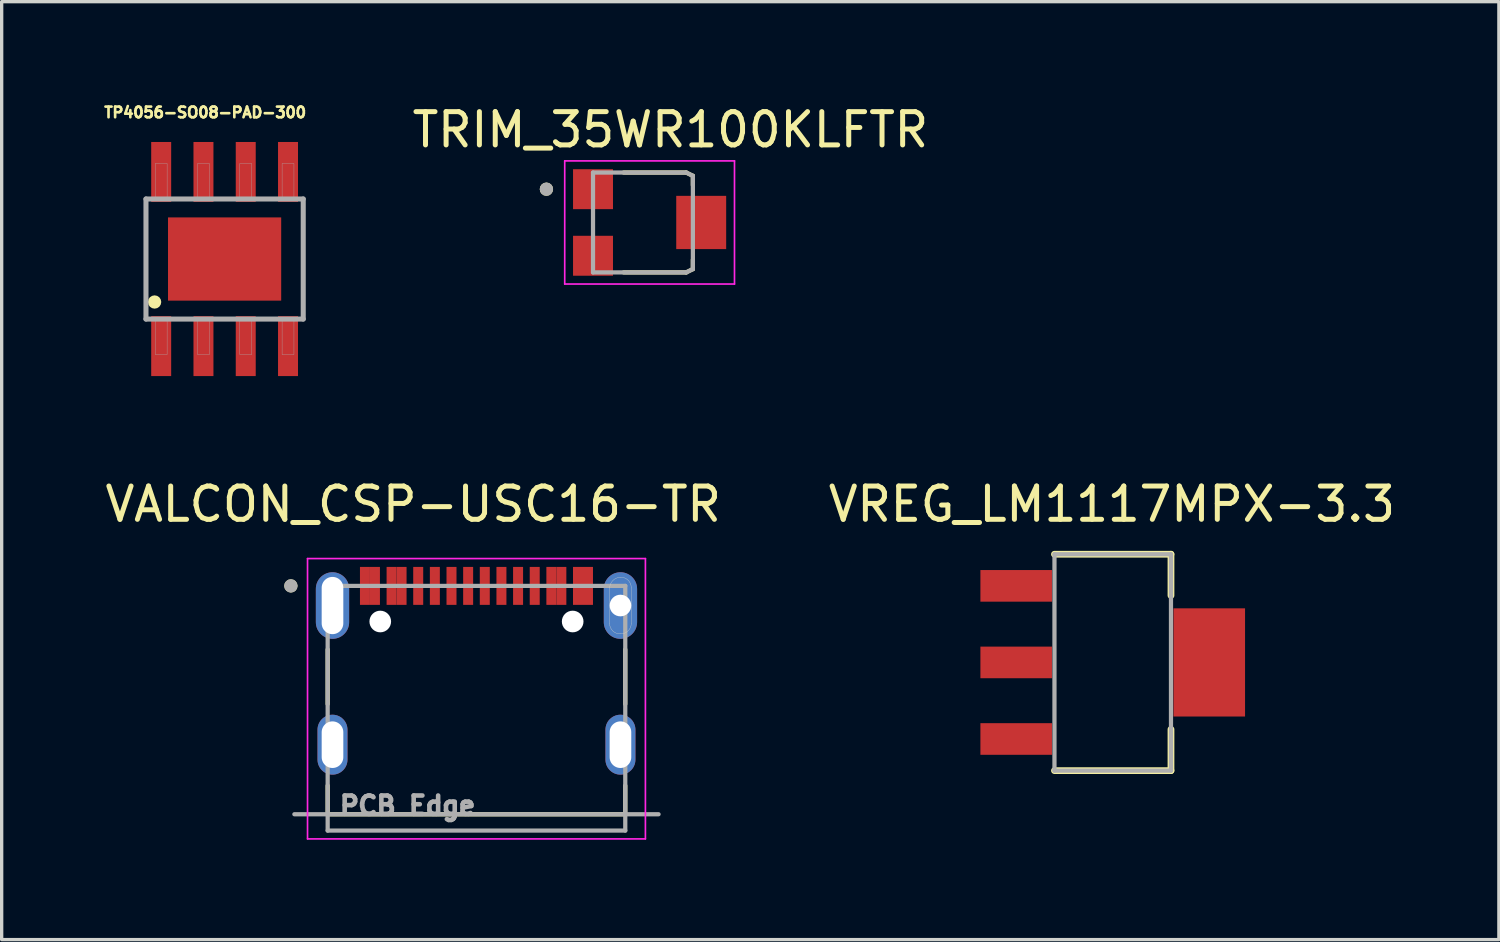
<source format=kicad_pcb>
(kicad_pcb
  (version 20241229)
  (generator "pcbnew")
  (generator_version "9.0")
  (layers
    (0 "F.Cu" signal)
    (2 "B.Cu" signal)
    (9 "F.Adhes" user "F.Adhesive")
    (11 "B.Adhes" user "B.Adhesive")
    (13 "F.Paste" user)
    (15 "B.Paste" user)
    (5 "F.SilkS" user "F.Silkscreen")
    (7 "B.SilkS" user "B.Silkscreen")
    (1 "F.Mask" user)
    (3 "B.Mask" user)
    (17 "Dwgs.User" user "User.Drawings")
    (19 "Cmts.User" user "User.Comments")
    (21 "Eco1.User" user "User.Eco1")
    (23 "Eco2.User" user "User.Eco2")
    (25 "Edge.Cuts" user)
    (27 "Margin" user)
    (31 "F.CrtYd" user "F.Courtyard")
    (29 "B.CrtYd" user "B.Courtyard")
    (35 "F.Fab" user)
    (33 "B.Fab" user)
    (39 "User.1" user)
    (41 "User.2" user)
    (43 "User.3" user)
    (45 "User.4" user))
  (footprint "VREG_LM1117MPX-3.3"
    (layer "F.Cu")
    (at 30.376 16.849)
    (property "Reference" "VREG_LM1117MPX-3.3" (at -0.025 -4.754 0) (layer "F.SilkS") (effects (font (size 1 1) (thickness 0.15))))
    (attr smd)
    (fp_line (start -1.75 -3.25) (end 1.75 -3.25) (stroke (width 0.203) (type solid)) (layer "F.SilkS"))
    (fp_line (start -1.75 3.25) (end 1.75 3.25) (stroke (width 0.203) (type solid)) (layer "F.SilkS"))
    (fp_line (start 1.75 -3.25) (end 1.75 -2.01) (stroke (width 0.203) (type solid)) (layer "F.SilkS"))
    (fp_line (start 1.75 3.25) (end 1.75 2.01) (stroke (width 0.203) (type solid)) (layer "F.SilkS"))
    (fp_line (start -1.75 -3.25) (end -1.75 3.25) (stroke (width 0.127) (type solid)) (layer "F.Fab"))
    (fp_line (start 1.75 -3.25) (end -1.75 -3.25) (stroke (width 0.127) (type solid)) (layer "F.Fab"))
    (fp_line (start 1.75 -3.25) (end 1.75 3.25) (stroke (width 0.127) (type solid)) (layer "F.Fab"))
    (fp_line (start 1.75 3.25) (end -1.75 3.25) (stroke (width 0.127) (type solid)) (layer "F.Fab"))
    (pad "1" smd rect (at -2.9 -2.3) (size 2.15 0.95) (layers "F.Cu" "F.Mask" "F.Paste"))
    (pad "2" smd rect (at -2.9 0) (size 2.15 0.95) (layers "F.Cu" "F.Mask" "F.Paste"))
    (pad "3" smd rect (at -2.9 2.3) (size 2.15 0.95) (layers "F.Cu" "F.Mask" "F.Paste"))
    (pad "4" smd rect (at 2.9 0) (size 2.15 3.25) (layers "F.Cu" "F.Mask" "F.Paste")))
  (footprint "TRIM_35WR100KLFTR"
    (layer "F.Cu")
    (at 16.364 3.633)
    (property "Reference" "TRIM_35WR100KLFTR" (at 0.725 -2.785 0) (layer "F.SilkS") (effects (font (size 1 1) (thickness 0.15))))
    (attr smd)
    (fp_line (start -0.68 -1.5) (end 1.2 -1.5) (stroke (width 0.127) (type solid)) (layer "F.SilkS"))
    (fp_line (start -0.68 1.5) (end 1.2 1.5) (stroke (width 0.127) (type solid)) (layer "F.SilkS"))
    (fp_line (start 1.2 -1.5) (end 1.4 -1.4) (stroke (width 0.127) (type solid)) (layer "F.SilkS"))
    (fp_line (start 1.2 1.5) (end 1.4 1.4) (stroke (width 0.127) (type solid)) (layer "F.SilkS"))
    (fp_line (start 1.4 -1.4) (end 1.4 -1.12) (stroke (width 0.127) (type solid)) (layer "F.SilkS"))
    (fp_line (start 1.4 1.4) (end 1.4 1.12) (stroke (width 0.127) (type solid)) (layer "F.SilkS"))
    (fp_circle (center -3 -1) (end -2.9 -1) (stroke (width 0.2) (type solid)) (fill no) (layer "F.SilkS"))
    (fp_line (start -2.45 -1.85) (end -2.45 1.85) (stroke (width 0.05) (type solid)) (layer "F.CrtYd"))
    (fp_line (start -2.45 1.85) (end 2.65 1.85) (stroke (width 0.05) (type solid)) (layer "F.CrtYd"))
    (fp_line (start 2.65 -1.85) (end -2.45 -1.85) (stroke (width 0.05) (type solid)) (layer "F.CrtYd"))
    (fp_line (start 2.65 1.85) (end 2.65 -1.85) (stroke (width 0.05) (type solid)) (layer "F.CrtYd"))
    (fp_line (start -1.6 -1.5) (end -1.6 1.5) (stroke (width 0.127) (type solid)) (layer "F.Fab"))
    (fp_line (start -1.6 -1.5) (end 1.2 -1.5) (stroke (width 0.127) (type solid)) (layer "F.Fab"))
    (fp_line (start -1.6 1.5) (end 1.2 1.5) (stroke (width 0.127) (type solid)) (layer "F.Fab"))
    (fp_line (start 1.2 -1.5) (end 1.4 -1.4) (stroke (width 0.127) (type solid)) (layer "F.Fab"))
    (fp_line (start 1.2 1.5) (end 1.4 1.4) (stroke (width 0.127) (type solid)) (layer "F.Fab"))
    (fp_line (start 1.4 -1.4) (end 1.4 1.4) (stroke (width 0.127) (type solid)) (layer "F.Fab"))
    (fp_circle (center -3 -1) (end -2.9 -1) (stroke (width 0.2) (type solid)) (fill no) (layer "F.Fab"))
    (pad "1" smd rect (at -1.6 -1) (size 1.2 1.2) (layers "F.Cu" "F.Mask" "F.Paste"))
    (pad "2" smd rect (at 1.65 0) (size 1.5 1.6) (layers "F.Cu" "F.Mask" "F.Paste"))
    (pad "3" smd rect (at -1.6 1) (size 1.2 1.2) (layers "F.Cu" "F.Mask" "F.Paste")))
  (footprint "VALCON_CSP-USC16-TR"
    (layer "F.Cu")
    (at 11.263 14.55)
    (property "Reference" "VALCON_CSP-USC16-TR" (at -1.9 -2.455 0) (layer "F.SilkS") (effects (font (size 1 1) (thickness 0.15))))
    (attr smd)
    (fp_line (start -4.47 1.91) (end -4.47 3.55) (stroke (width 0.127) (type solid)) (layer "F.SilkS"))
    (fp_line (start -4.47 6.86) (end -4.47 6) (stroke (width 0.127) (type solid)) (layer "F.SilkS"))
    (fp_line (start -4.47 6.86) (end 4.47 6.86) (stroke (width 0.127) (type solid)) (layer "F.SilkS"))
    (fp_line (start 4.47 1.91) (end 4.47 3.55) (stroke (width 0.127) (type solid)) (layer "F.SilkS"))
    (fp_line (start 4.47 6.86) (end 4.47 6) (stroke (width 0.127) (type solid)) (layer "F.SilkS"))
    (fp_circle (center -5.575 0) (end -5.475 0) (stroke (width 0.2) (type solid)) (fill no) (layer "F.SilkS"))
    (fp_line (start 4 1.14) (end 4 0.09) (stroke (width 0.01) (type solid)) (layer "Edge.Cuts"))
    (fp_line (start 4.65 0.04) (end 4.65 1.14) (stroke (width 0.01) (type solid)) (layer "Edge.Cuts"))
    (fp_arc (start 4 0.09) (mid 4.087513 -0.151274) (end 4.32 -0.26) (stroke (width 0.01) (type solid)) (layer "Edge.Cuts"))
    (fp_arc (start 4.32 -0.26) (mid 4.547132 -0.178345) (end 4.65 0.04) (stroke (width 0.01) (type solid)) (layer "Edge.Cuts"))
    (fp_arc (start 4.32 1.44) (mid 4.097868 1.356274) (end 4 1.14) (stroke (width 0.01) (type solid)) (layer "Edge.Cuts"))
    (fp_arc (start 4.65 1.14) (mid 4.547132 1.358345) (end 4.32 1.44) (stroke (width 0.01) (type solid)) (layer "Edge.Cuts"))
    (fp_line (start -5.075 -0.82) (end -5.075 7.6) (stroke (width 0.05) (type solid)) (layer "F.CrtYd"))
    (fp_line (start -5.075 7.6) (end 5.075 7.6) (stroke (width 0.05) (type solid)) (layer "F.CrtYd"))
    (fp_line (start 5.075 -0.82) (end -5.075 -0.82) (stroke (width 0.05) (type solid)) (layer "F.CrtYd"))
    (fp_line (start 5.075 7.6) (end 5.075 -0.82) (stroke (width 0.05) (type solid)) (layer "F.CrtYd"))
    (fp_line (start -5.47 6.86) (end 5.47 6.86) (stroke (width 0.127) (type solid)) (layer "F.Fab"))
    (fp_line (start -4.47 0) (end -4.47 7.35) (stroke (width 0.127) (type solid)) (layer "F.Fab"))
    (fp_line (start -4.47 7.35) (end 4.47 7.35) (stroke (width 0.127) (type solid)) (layer "F.Fab"))
    (fp_line (start 4.47 0) (end -4.47 0) (stroke (width 0.127) (type solid)) (layer "F.Fab"))
    (fp_line (start 4.47 7.35) (end 4.47 0) (stroke (width 0.127) (type solid)) (layer "F.Fab"))
    (fp_circle (center -5.575 0) (end -5.475 0) (stroke (width 0.2) (type solid)) (fill no) (layer "F.Fab"))
    (fp_text user "PCB Edge" (at -2.07 6.6 0) (layer "F.Fab") (effects (font (size 0.551 0.551) (thickness 0.15))))
    (pad "" np_thru_hole circle (at -2.89 1.07) (size 0.65 0.65) (drill 0.65) (layers "*.Cu" "*.Mask"))
    (pad "" np_thru_hole circle (at 2.89 1.07) (size 0.65 0.65) (drill 0.65) (layers "*.Cu" "*.Mask"))
    (pad "A1" smd rect (at -3.35 0) (size 0.3 1.14) (layers "F.Cu" "F.Mask" "F.Paste"))
    (pad "A4" smd rect (at -2.55 0) (size 0.3 1.14) (layers "F.Cu" "F.Mask" "F.Paste"))
    (pad "A5" smd rect (at -1.25 0) (size 0.3 1.14) (layers "F.Cu" "F.Mask" "F.Paste"))
    (pad "A6" smd rect (at -0.25 0) (size 0.3 1.14) (layers "F.Cu" "F.Mask" "F.Paste"))
    (pad "A7" smd rect (at 0.25 0) (size 0.3 1.14) (layers "F.Cu" "F.Mask" "F.Paste"))
    (pad "A8" smd rect (at 1.25 0) (size 0.3 1.14) (layers "F.Cu" "F.Mask" "F.Paste"))
    (pad "A9" smd rect (at 2.55 0) (size 0.3 1.14) (layers "F.Cu" "F.Mask" "F.Paste"))
    (pad "A12" smd rect (at 3.35 0) (size 0.3 1.14) (layers "F.Cu" "F.Mask" "F.Paste"))
    (pad "B1" smd rect (at 3.05 0) (size 0.3 1.14) (layers "F.Cu" "F.Mask" "F.Paste"))
    (pad "B4" smd rect (at 2.25 0) (size 0.3 1.14) (layers "F.Cu" "F.Mask" "F.Paste"))
    (pad "B5" smd rect (at 1.75 0) (size 0.3 1.14) (layers "F.Cu" "F.Mask" "F.Paste"))
    (pad "B6" smd rect (at 0.75 0) (size 0.3 1.14) (layers "F.Cu" "F.Mask" "F.Paste"))
    (pad "B7" smd rect (at -0.75 0) (size 0.3 1.14) (layers "F.Cu" "F.Mask" "F.Paste"))
    (pad "B8" smd rect (at -1.75 0) (size 0.3 1.14) (layers "F.Cu" "F.Mask" "F.Paste"))
    (pad "B9" smd rect (at -2.25 0) (size 0.3 1.14) (layers "F.Cu" "F.Mask" "F.Paste"))
    (pad "B12" smd rect (at -3.05 0) (size 0.3 1.14) (layers "F.Cu" "F.Mask" "F.Paste"))
    (pad "S1" thru_hole oval (at -4.325 0.59) (size 1 2) (drill oval 0.65 1.72) (layers "*.Cu" "*.Mask"))
    (pad "S2" thru_hole oval (at 4.325 0.59) (size 1 2) (drill 0.65) (layers "*.Cu" "*.Mask"))
    (pad "S3" thru_hole oval (at -4.325 4.77) (size 0.9 1.8) (drill oval 0.65 1.4) (layers "*.Cu" "*.Mask"))
    (pad "S4" thru_hole oval (at 4.325 4.77) (size 0.9 1.8) (drill oval 0.65 1.4) (layers "*.Cu" "*.Mask")))
  (footprint "TP4056-SO08-PAD-300"
    (layer "F.Cu")
    (at 3.697 4.731)
    (property "Reference" "TP4056-SO08-PAD-300" (at -0.584 -4.403 0) (layer "F.SilkS") (effects (font (size 0.32 0.32) (thickness 0.15))))
    (attr smd)
    (fp_circle (center -2.103 1.291) (end -2.003 1.291) (stroke (width 0.2) (type solid)) (fill no) (layer "F.SilkS"))
    (fp_poly (pts (xy -1.6 -1.2) (xy -0.2 -1.2) (xy -0.2 -0.2) (xy -1.6 -0.2)) (stroke (width 0.01) (type solid)) (fill yes) (layer "F.Paste"))
    (fp_poly (pts (xy -1.6 0.2) (xy -0.2 0.2) (xy -0.2 1.2) (xy -1.6 1.2)) (stroke (width 0.01) (type solid)) (fill yes) (layer "F.Paste"))
    (fp_poly (pts (xy 0.2 -1.2) (xy 1.6 -1.2) (xy 1.6 -0.2) (xy 0.2 -0.2)) (stroke (width 0.01) (type solid)) (fill yes) (layer "F.Paste"))
    (fp_poly (pts (xy 0.2 0.2) (xy 1.6 0.2) (xy 1.6 1.2) (xy 0.2 1.2)) (stroke (width 0.01) (type solid)) (fill yes) (layer "F.Paste"))
    (fp_line (start -2.362 -1.803) (end -2.362 1.803) (stroke (width 0.152) (type solid)) (layer "F.Fab"))
    (fp_line (start -2.362 1.803) (end 2.362 1.803) (stroke (width 0.152) (type solid)) (layer "F.Fab"))
    (fp_line (start 2.362 -1.803) (end -2.362 -1.803) (stroke (width 0.152) (type solid)) (layer "F.Fab"))
    (fp_line (start 2.362 1.803) (end 2.362 -1.803) (stroke (width 0.152) (type solid)) (layer "F.Fab"))
    (fp_poly (pts (xy -2.083 -2.87) (xy -1.727 -2.87) (xy -1.727 -1.854) (xy -2.083 -1.854)) (stroke (width 0.01) (type solid)) (fill no) (layer "F.Fab"))
    (fp_poly (pts (xy -2.083 1.854) (xy -1.727 1.854) (xy -1.727 2.87) (xy -2.083 2.87)) (stroke (width 0.01) (type solid)) (fill no) (layer "F.Fab"))
    (fp_poly (pts (xy -0.813 -2.87) (xy -0.457 -2.87) (xy -0.457 -1.854) (xy -0.813 -1.854)) (stroke (width 0.01) (type solid)) (fill no) (layer "F.Fab"))
    (fp_poly (pts (xy -0.813 1.854) (xy -0.457 1.854) (xy -0.457 2.87) (xy -0.813 2.87)) (stroke (width 0.01) (type solid)) (fill no) (layer "F.Fab"))
    (fp_poly (pts (xy 0.457 -2.87) (xy 0.813 -2.87) (xy 0.813 -1.854) (xy 0.457 -1.854)) (stroke (width 0.01) (type solid)) (fill no) (layer "F.Fab"))
    (fp_poly (pts (xy 0.457 1.854) (xy 0.813 1.854) (xy 0.813 2.87) (xy 0.457 2.87)) (stroke (width 0.01) (type solid)) (fill no) (layer "F.Fab"))
    (fp_poly (pts (xy 1.727 -2.87) (xy 2.083 -2.87) (xy 2.083 -1.854) (xy 1.727 -1.854)) (stroke (width 0.01) (type solid)) (fill no) (layer "F.Fab"))
    (fp_poly (pts (xy 1.727 1.854) (xy 2.083 1.854) (xy 2.083 2.87) (xy 1.727 2.87)) (stroke (width 0.01) (type solid)) (fill no) (layer "F.Fab"))
    (pad "1" smd rect (at -1.905 2.616) (size 0.6 1.8) (layers "F.Cu" "F.Mask" "F.Paste"))
    (pad "2" smd rect (at -0.635 2.616) (size 0.6 1.8) (layers "F.Cu" "F.Mask" "F.Paste"))
    (pad "3" smd rect (at 0.635 2.616) (size 0.6 1.8) (layers "F.Cu" "F.Mask" "F.Paste"))
    (pad "4" smd rect (at 1.905 2.616) (size 0.6 1.8) (layers "F.Cu" "F.Mask" "F.Paste"))
    (pad "5" smd rect (at 1.905 -2.616) (size 0.6 1.8) (layers "F.Cu" "F.Mask" "F.Paste"))
    (pad "6" smd rect (at 0.635 -2.616) (size 0.6 1.8) (layers "F.Cu" "F.Mask" "F.Paste"))
    (pad "7" smd rect (at -0.635 -2.616) (size 0.6 1.8) (layers "F.Cu" "F.Mask" "F.Paste"))
    (pad "8" smd rect (at -1.905 -2.616) (size 0.6 1.8) (layers "F.Cu" "F.Mask" "F.Paste"))
    (pad "PAD" smd rect (at 0 0) (size 3.4 2.5) (layers "F.Cu" "F.Mask")))
  (gr_rect
    (start -3 -3)
    (end 41.976 25.175)
    (stroke (width 0.1) (type default))
    (fill no)
    (layer "Edge.Cuts")))
</source>
